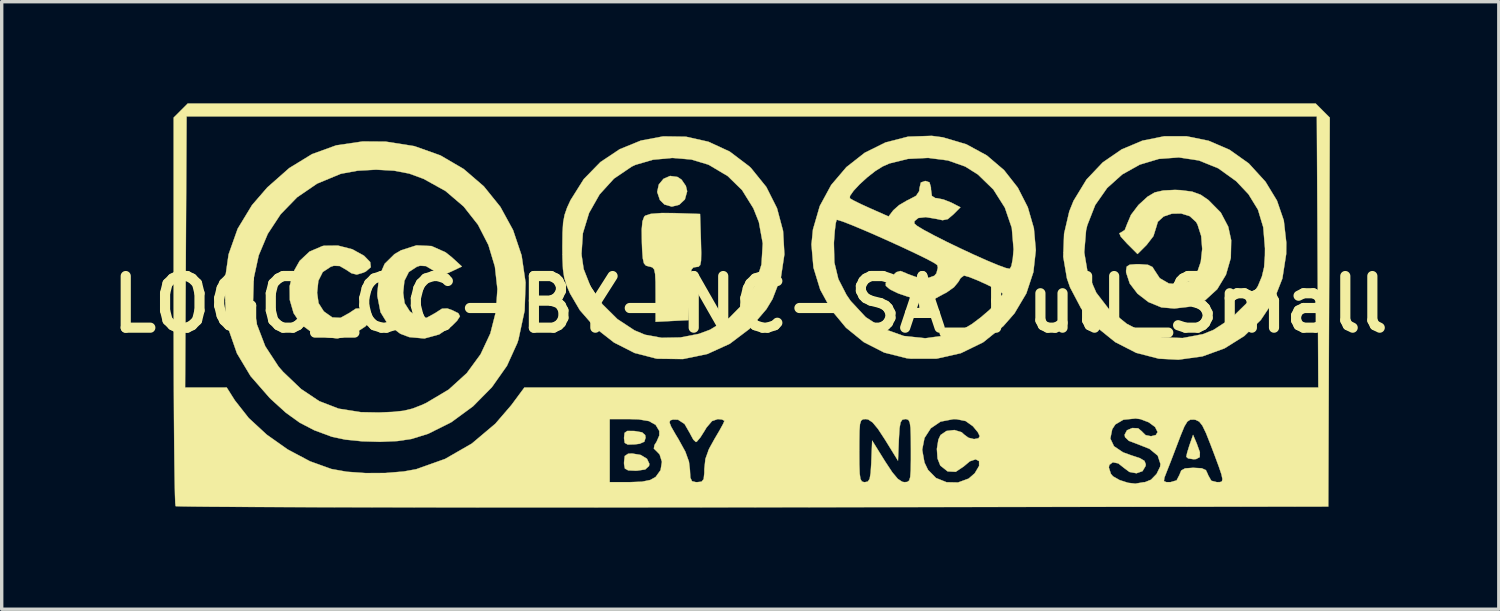
<source format=kicad_pcb>
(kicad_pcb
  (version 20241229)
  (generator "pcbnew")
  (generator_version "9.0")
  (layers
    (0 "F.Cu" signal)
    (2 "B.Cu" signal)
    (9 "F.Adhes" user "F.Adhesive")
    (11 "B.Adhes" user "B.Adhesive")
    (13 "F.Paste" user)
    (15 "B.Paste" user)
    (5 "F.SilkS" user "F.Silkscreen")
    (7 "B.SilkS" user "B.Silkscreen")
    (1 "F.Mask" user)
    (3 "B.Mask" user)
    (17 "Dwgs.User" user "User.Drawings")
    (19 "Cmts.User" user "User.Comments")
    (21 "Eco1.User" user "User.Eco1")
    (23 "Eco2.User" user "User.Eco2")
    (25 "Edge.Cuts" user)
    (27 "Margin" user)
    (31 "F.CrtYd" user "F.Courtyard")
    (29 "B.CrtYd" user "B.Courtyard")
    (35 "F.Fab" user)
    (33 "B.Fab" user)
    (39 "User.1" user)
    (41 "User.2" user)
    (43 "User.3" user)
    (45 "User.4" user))
  (footprint "LOGO_CC-BY-NC-SA_Full_Small"
    (layer "F.Cu")
    (at 19.094 5.932)
    (property "Reference" "LOGO_CC-BY-NC-SA_Full_Small" (at 0 0 0) (layer "F.SilkS") (effects (font (size 1.524 1.524) (thickness 0.3))))
    (attr through_hole board_only exclude_from_pos_files exclude_from_bom)
    (fp_poly (pts (xy 13.177 4.107) (xy 13.27 4.366) (xy 13.266 4.51) (xy 13.159 4.567) (xy 13.081 4.572) (xy 12.922 4.547) (xy 12.869 4.5) (xy 12.895 4.378) (xy 12.958 4.173) (xy 12.969 4.141) (xy 13.069 3.854) (xy 13.177 4.107)) (stroke (width 0.01) (type solid)) (fill yes) (layer "F.SilkS"))
    (fp_poly (pts (xy -2.147 -3.759) (xy -2.029 -3.68) (xy -1.901 -3.494) (xy -1.863 -3.337) (xy -1.93 -3.096) (xy -2.097 -2.939) (xy -2.315 -2.884) (xy -2.533 -2.946) (xy -2.667 -3.079) (xy -2.747 -3.316) (xy -2.7 -3.535) (xy -2.561 -3.704) (xy -2.366 -3.789) (xy -2.147 -3.759)) (stroke (width 0.01) (type solid)) (fill yes) (layer "F.SilkS"))
    (fp_poly (pts (xy -3.435 3.739) (xy -3.408 3.741) (xy -3.192 3.779) (xy -3.102 3.86) (xy -3.09 3.937) (xy -3.127 4.055) (xy -3.264 4.115) (xy -3.408 4.133) (xy -3.616 4.139) (xy -3.705 4.09) (xy -3.725 3.956) (xy -3.725 3.937) (xy -3.709 3.793) (xy -3.629 3.737) (xy -3.435 3.739)) (stroke (width 0.01) (type solid)) (fill yes) (layer "F.SilkS"))
    (fp_poly (pts (xy -3.233 4.447) (xy -3.049 4.559) (xy -2.978 4.709) (xy -2.989 4.771) (xy -3.1 4.874) (xy -3.344 4.91) (xy -3.384 4.911) (xy -3.602 4.901) (xy -3.7 4.847) (xy -3.725 4.714) (xy -3.725 4.657) (xy -3.704 4.476) (xy -3.606 4.41) (xy -3.488 4.403) (xy -3.233 4.447)) (stroke (width 0.01) (type solid)) (fill yes) (layer "F.SilkS"))
    (fp_poly (pts (xy -2.231 -2.692) (xy -1.482 -2.667) (xy -1.457 -1.884) (xy -1.448 -1.516) (xy -1.453 -1.286) (xy -1.477 -1.161) (xy -1.527 -1.11) (xy -1.602 -1.101) (xy -1.682 -1.087) (xy -1.734 -1.025) (xy -1.766 -0.883) (xy -1.784 -0.629) (xy -1.796 -0.318) (xy -1.82 0.466) (xy -2.794 0.516) (xy -2.794 -0.286) (xy -2.796 -0.659) (xy -2.808 -0.896) (xy -2.836 -1.029) (xy -2.89 -1.091) (xy -2.975 -1.115) (xy -2.985 -1.116) (xy -3.079 -1.142) (xy -3.138 -1.21) (xy -3.172 -1.357) (xy -3.191 -1.617) (xy -3.199 -1.828) (xy -3.204 -2.206) (xy -3.182 -2.448) (xy -3.131 -2.584) (xy -3.102 -2.615) (xy -2.935 -2.67) (xy -2.611 -2.695) (xy -2.231 -2.692)) (stroke (width 0.01) (type solid)) (fill yes) (layer "F.SilkS"))
    (fp_poly (pts (xy -9.409 -1.72) (xy -8.994 -1.535) (xy -8.814 -1.393) (xy -8.512 -1.117) (xy -8.817 -0.971) (xy -9.022 -0.883) (xy -9.157 -0.878) (xy -9.304 -0.961) (xy -9.371 -1.009) (xy -9.573 -1.129) (xy -9.746 -1.139) (xy -9.842 -1.109) (xy -10.078 -0.954) (xy -10.208 -0.695) (xy -10.245 -0.34) (xy -10.202 -0.035) (xy -10.056 0.195) (xy -10.037 0.216) (xy -9.795 0.388) (xy -9.554 0.399) (xy -9.285 0.25) (xy -9.279 0.245) (xy -9.099 0.129) (xy -8.943 0.122) (xy -8.802 0.171) (xy -8.618 0.262) (xy -8.569 0.352) (xy -8.653 0.483) (xy -8.784 0.614) (xy -9.181 0.888) (xy -9.618 1.008) (xy -10.068 0.967) (xy -10.328 0.868) (xy -10.687 0.601) (xy -10.913 0.231) (xy -11.005 -0.24) (xy -11.007 -0.331) (xy -10.955 -0.821) (xy -10.79 -1.197) (xy -10.501 -1.481) (xy -10.308 -1.594) (xy -9.852 -1.74) (xy -9.409 -1.72)) (stroke (width 0.01) (type solid)) (fill yes) (layer "F.SilkS"))
    (fp_poly (pts (xy -11.745 -1.625) (xy -11.399 -1.433) (xy -11.218 -1.247) (xy -11.2 -1.096) (xy -11.347 -0.969) (xy -11.423 -0.934) (xy -11.614 -0.878) (xy -11.77 -0.917) (xy -11.915 -1.013) (xy -12.117 -1.131) (xy -12.291 -1.138) (xy -12.382 -1.109) (xy -12.618 -0.954) (xy -12.748 -0.695) (xy -12.785 -0.34) (xy -12.742 -0.035) (xy -12.596 0.195) (xy -12.577 0.216) (xy -12.335 0.387) (xy -12.095 0.399) (xy -11.826 0.251) (xy -11.816 0.243) (xy -11.641 0.127) (xy -11.503 0.119) (xy -11.381 0.173) (xy -11.213 0.304) (xy -11.2 0.449) (xy -11.344 0.635) (xy -11.367 0.657) (xy -11.751 0.908) (xy -12.188 1.007) (xy -12.649 0.951) (xy -12.914 0.847) (xy -13.254 0.596) (xy -13.478 0.26) (xy -13.59 -0.128) (xy -13.595 -0.536) (xy -13.497 -0.932) (xy -13.3 -1.282) (xy -13.009 -1.556) (xy -12.628 -1.719) (xy -12.58 -1.729) (xy -12.171 -1.734) (xy -11.745 -1.625)) (stroke (width 0.01) (type solid)) (fill yes) (layer "F.SilkS"))
    (fp_poly (pts (xy 12.699 -3.37) (xy 13.042 -3.326) (xy 13.296 -3.233) (xy 13.524 -3.076) (xy 13.888 -2.707) (xy 14.107 -2.291) (xy 14.194 -1.892) (xy 14.183 -1.369) (xy 14.04 -0.874) (xy 13.782 -0.446) (xy 13.427 -0.121) (xy 13.301 -0.048) (xy 12.938 0.074) (xy 12.516 0.123) (xy 12.133 0.09) (xy 12.131 0.089) (xy 11.753 -0.066) (xy 11.431 -0.313) (xy 11.2 -0.615) (xy 11.094 -0.937) (xy 11.092 -0.995) (xy 11.111 -1.113) (xy 11.198 -1.169) (xy 11.399 -1.185) (xy 11.475 -1.185) (xy 11.737 -1.166) (xy 11.874 -1.1) (xy 11.911 -1.037) (xy 12.085 -0.772) (xy 12.351 -0.617) (xy 12.662 -0.586) (xy 12.972 -0.692) (xy 13.011 -0.718) (xy 13.186 -0.933) (xy 13.297 -1.255) (xy 13.339 -1.633) (xy 13.309 -2.016) (xy 13.201 -2.354) (xy 13.158 -2.43) (xy 12.971 -2.602) (xy 12.718 -2.681) (xy 12.446 -2.676) (xy 12.201 -2.593) (xy 12.03 -2.438) (xy 11.977 -2.261) (xy 11.899 -2.013) (xy 11.701 -1.756) (xy 11.43 -1.485) (xy 11.114 -1.801) (xy 10.936 -1.997) (xy 10.893 -2.099) (xy 10.934 -2.117) (xy 11.054 -2.194) (xy 11.12 -2.364) (xy 11.237 -2.64) (xy 11.457 -2.931) (xy 11.727 -3.178) (xy 11.937 -3.302) (xy 12.191 -3.36) (xy 12.535 -3.377) (xy 12.699 -3.37)) (stroke (width 0.01) (type solid)) (fill yes) (layer "F.SilkS"))
    (fp_poly (pts (xy 12.877 -4.96) (xy 13.526 -4.828) (xy 14.146 -4.561) (xy 14.713 -4.159) (xy 15.207 -3.618) (xy 15.207 -3.618) (xy 15.546 -3.06) (xy 15.747 -2.474) (xy 15.821 -1.819) (xy 15.817 -1.484) (xy 15.705 -0.763) (xy 15.449 -0.109) (xy 15.068 0.462) (xy 14.579 0.936) (xy 13.999 1.299) (xy 13.346 1.536) (xy 12.637 1.634) (xy 12.06 1.604) (xy 11.391 1.432) (xy 10.77 1.114) (xy 10.221 0.671) (xy 9.768 0.125) (xy 9.438 -0.502) (xy 9.347 -0.763) (xy 9.238 -1.403) (xy 9.242 -1.534) (xy 9.857 -1.534) (xy 9.962 -0.913) (xy 10.213 -0.342) (xy 10.6 0.161) (xy 11.111 0.574) (xy 11.568 0.813) (xy 12.147 0.973) (xy 12.762 0.995) (xy 13.359 0.881) (xy 13.672 0.755) (xy 14.186 0.421) (xy 14.636 -0.019) (xy 14.97 -0.515) (xy 14.989 -0.552) (xy 15.102 -0.824) (xy 15.166 -1.096) (xy 15.19 -1.437) (xy 15.192 -1.651) (xy 15.141 -2.274) (xy 14.985 -2.793) (xy 14.704 -3.251) (xy 14.341 -3.635) (xy 13.812 -4.015) (xy 13.241 -4.246) (xy 12.649 -4.336) (xy 12.059 -4.292) (xy 11.495 -4.123) (xy 10.979 -3.834) (xy 10.533 -3.434) (xy 10.181 -2.931) (xy 9.946 -2.331) (xy 9.911 -2.183) (xy 9.857 -1.534) (xy 9.242 -1.534) (xy 9.262 -2.082) (xy 9.416 -2.744) (xy 9.541 -3.054) (xy 9.924 -3.683) (xy 10.404 -4.189) (xy 10.961 -4.572) (xy 11.573 -4.83) (xy 12.219 -4.96) (xy 12.877 -4.96)) (stroke (width 0.01) (type solid)) (fill yes) (layer "F.SilkS"))
    (fp_poly (pts (xy -1.898 -4.947) (xy -1.237 -4.799) (xy -0.608 -4.509) (xy -0.033 -4.074) (xy 0.027 -4.016) (xy 0.474 -3.463) (xy 0.789 -2.837) (xy 0.968 -2.166) (xy 1.007 -1.477) (xy 0.905 -0.798) (xy 0.657 -0.157) (xy 0.477 0.142) (xy -0.018 0.721) (xy -0.606 1.165) (xy -1.268 1.466) (xy -1.986 1.615) (xy -2.742 1.605) (xy -2.779 1.6) (xy -3.414 1.436) (xy -4.022 1.127) (xy -4.571 0.698) (xy -5.03 0.172) (xy -5.319 -0.32) (xy -5.424 -0.564) (xy -5.491 -0.787) (xy -5.528 -1.039) (xy -5.543 -1.371) (xy -5.544 -1.477) (xy -4.982 -1.477) (xy -4.918 -1.042) (xy -4.707 -0.506) (xy -4.363 -0.000485) (xy -3.921 0.437) (xy -3.416 0.769) (xy -3.103 0.899) (xy -2.615 0.988) (xy -2.064 0.978) (xy -1.52 0.873) (xy -1.185 0.749) (xy -0.618 0.398) (xy -0.171 -0.056) (xy 0.149 -0.588) (xy 0.331 -1.176) (xy 0.369 -1.797) (xy 0.254 -2.427) (xy 0.092 -2.834) (xy -0.241 -3.37) (xy -0.664 -3.784) (xy -1.212 -4.11) (xy -1.25 -4.127) (xy -1.739 -4.274) (xy -2.3 -4.321) (xy -2.87 -4.268) (xy -3.386 -4.118) (xy -3.498 -4.066) (xy -4.022 -3.711) (xy -4.447 -3.245) (xy -4.758 -2.696) (xy -4.941 -2.097) (xy -4.982 -1.477) (xy -5.544 -1.477) (xy -5.546 -1.693) (xy -5.541 -2.111) (xy -5.523 -2.41) (xy -5.48 -2.64) (xy -5.406 -2.854) (xy -5.305 -3.073) (xy -4.914 -3.695) (xy -4.423 -4.198) (xy -3.854 -4.578) (xy -3.228 -4.833) (xy -2.569 -4.957) (xy -1.898 -4.947)) (stroke (width 0.01) (type solid)) (fill yes) (layer "F.SilkS"))
    (fp_poly (pts (xy -10.76 -4.802) (xy -9.916 -4.669) (xy -9.145 -4.395) (xy -8.459 -3.994) (xy -7.865 -3.483) (xy -7.376 -2.877) (xy -7.001 -2.191) (xy -6.749 -1.442) (xy -6.632 -0.643) (xy -6.66 0.188) (xy -6.842 1.037) (xy -6.874 1.138) (xy -7.181 1.814) (xy -7.627 2.447) (xy -8.183 3.01) (xy -8.82 3.477) (xy -9.508 3.821) (xy -10 3.974) (xy -10.419 4.036) (xy -10.925 4.058) (xy -11.456 4.043) (xy -11.95 3.993) (xy -12.344 3.91) (xy -12.361 3.904) (xy -12.869 3.716) (xy -13.298 3.493) (xy -13.704 3.201) (xy -14.141 2.805) (xy -14.186 2.761) (xy -14.749 2.117) (xy -15.151 1.446) (xy -15.4 0.731) (xy -15.484 0.247) (xy -15.495 -0.091) (xy -14.675 -0.091) (xy -14.564 0.587) (xy -14.315 1.238) (xy -13.921 1.84) (xy -13.789 1.992) (xy -13.257 2.5) (xy -12.722 2.858) (xy -12.146 3.08) (xy -11.492 3.183) (xy -10.964 3.193) (xy -10.544 3.175) (xy -10.234 3.142) (xy -9.977 3.08) (xy -9.714 2.979) (xy -9.562 2.91) (xy -8.902 2.517) (xy -8.368 2.032) (xy -7.959 1.474) (xy -7.672 0.861) (xy -7.507 0.213) (xy -7.463 -0.451) (xy -7.537 -1.112) (xy -7.729 -1.751) (xy -8.036 -2.349) (xy -8.458 -2.886) (xy -8.994 -3.344) (xy -9.641 -3.703) (xy -10.065 -3.859) (xy -10.514 -3.945) (xy -11.046 -3.974) (xy -11.588 -3.944) (xy -12.064 -3.857) (xy -12.1 -3.847) (xy -12.784 -3.563) (xy -13.374 -3.16) (xy -13.861 -2.659) (xy -14.241 -2.081) (xy -14.508 -1.446) (xy -14.654 -0.776) (xy -14.675 -0.091) (xy -15.495 -0.091) (xy -15.515 -0.653) (xy -15.397 -1.475) (xy -15.129 -2.231) (xy -14.705 -2.929) (xy -14.255 -3.449) (xy -13.606 -4.022) (xy -12.934 -4.433) (xy -12.22 -4.692) (xy -11.439 -4.807) (xy -10.76 -4.802)) (stroke (width 0.01) (type solid)) (fill yes) (layer "F.SilkS"))
    (fp_poly (pts (xy 5.682 -4.929) (xy 6.377 -4.723) (xy 6.982 -4.394) (xy 7.49 -3.961) (xy 7.896 -3.444) (xy 8.191 -2.865) (xy 8.371 -2.243) (xy 8.428 -1.599) (xy 8.356 -0.952) (xy 8.148 -0.323) (xy 7.798 0.267) (xy 7.468 0.644) (xy 6.872 1.122) (xy 6.215 1.442) (xy 5.502 1.603) (xy 4.734 1.604) (xy 4.617 1.591) (xy 3.954 1.424) (xy 3.351 1.116) (xy 2.825 0.689) (xy 2.391 0.165) (xy 2.065 -0.433) (xy 1.865 -1.084) (xy 1.806 -1.764) (xy 1.811 -1.809) (xy 2.468 -1.809) (xy 2.482 -1.235) (xy 2.6 -0.745) (xy 2.84 -0.278) (xy 2.962 -0.1) (xy 3.407 0.378) (xy 3.94 0.725) (xy 4.534 0.935) (xy 5.161 1.001) (xy 5.795 0.915) (xy 6.295 0.729) (xy 6.539 0.584) (xy 6.808 0.382) (xy 7.069 0.157) (xy 7.285 -0.06) (xy 7.42 -0.236) (xy 7.448 -0.316) (xy 7.376 -0.377) (xy 7.195 -0.479) (xy 6.95 -0.599) (xy 6.691 -0.715) (xy 6.465 -0.805) (xy 6.319 -0.847) (xy 6.307 -0.848) (xy 6.211 -0.778) (xy 6.137 -0.656) (xy 6.012 -0.505) (xy 5.794 -0.35) (xy 5.694 -0.299) (xy 5.465 -0.174) (xy 5.359 -0.05) (xy 5.334 0.104) (xy 5.302 0.281) (xy 5.188 0.338) (xy 5.165 0.339) (xy 5.037 0.295) (xy 4.996 0.137) (xy 4.995 0.102) (xy 4.974 -0.053) (xy 4.879 -0.148) (xy 4.666 -0.223) (xy 4.636 -0.231) (xy 4.369 -0.322) (xy 4.149 -0.428) (xy 4.106 -0.456) (xy 4.002 -0.546) (xy 3.998 -0.626) (xy 4.103 -0.751) (xy 4.159 -0.808) (xy 4.314 -0.95) (xy 4.432 -0.984) (xy 4.592 -0.922) (xy 4.641 -0.897) (xy 4.946 -0.787) (xy 5.226 -0.769) (xy 5.433 -0.843) (xy 5.494 -0.915) (xy 5.537 -1.081) (xy 5.519 -1.159) (xy 5.425 -1.224) (xy 5.21 -1.339) (xy 4.9 -1.491) (xy 4.527 -1.667) (xy 4.118 -1.854) (xy 3.704 -2.039) (xy 3.313 -2.208) (xy 2.974 -2.349) (xy 2.717 -2.448) (xy 2.57 -2.493) (xy 2.549 -2.492) (xy 2.521 -2.39) (xy 2.494 -2.164) (xy 2.471 -1.86) (xy 2.468 -1.809) (xy 1.811 -1.809) (xy 1.85 -2.207) (xy 2.052 -2.902) (xy 2.176 -3.13) (xy 2.939 -3.13) (xy 3.045 -3.067) (xy 3.261 -2.96) (xy 3.54 -2.833) (xy 3.544 -2.831) (xy 4.082 -2.593) (xy 4.221 -2.775) (xy 4.392 -2.927) (xy 4.632 -3.068) (xy 4.678 -3.088) (xy 4.896 -3.205) (xy 4.986 -3.341) (xy 4.995 -3.43) (xy 5.035 -3.596) (xy 5.165 -3.641) (xy 5.289 -3.601) (xy 5.332 -3.452) (xy 5.334 -3.387) (xy 5.36 -3.201) (xy 5.459 -3.136) (xy 5.508 -3.133) (xy 5.702 -3.094) (xy 5.934 -3.002) (xy 5.942 -2.998) (xy 6.203 -2.863) (xy 5.992 -2.652) (xy 5.83 -2.515) (xy 5.676 -2.483) (xy 5.475 -2.525) (xy 5.179 -2.574) (xy 4.959 -2.548) (xy 4.847 -2.455) (xy 4.843 -2.386) (xy 4.924 -2.315) (xy 5.13 -2.191) (xy 5.431 -2.03) (xy 5.797 -1.845) (xy 6.198 -1.652) (xy 6.603 -1.463) (xy 6.982 -1.294) (xy 7.305 -1.159) (xy 7.542 -1.072) (xy 7.661 -1.048) (xy 7.662 -1.049) (xy 7.709 -1.138) (xy 7.749 -1.351) (xy 7.772 -1.624) (xy 7.719 -2.256) (xy 7.514 -2.854) (xy 7.175 -3.389) (xy 6.72 -3.831) (xy 6.345 -4.067) (xy 5.834 -4.247) (xy 5.251 -4.322) (xy 4.656 -4.293) (xy 4.11 -4.159) (xy 3.909 -4.071) (xy 3.691 -3.935) (xy 3.454 -3.749) (xy 3.228 -3.543) (xy 3.048 -3.35) (xy 2.943 -3.2) (xy 2.939 -3.13) (xy 2.176 -3.13) (xy 2.388 -3.521) (xy 2.837 -4.049) (xy 3.378 -4.473) (xy 3.993 -4.778) (xy 4.659 -4.949) (xy 5.357 -4.972) (xy 5.682 -4.929)) (stroke (width 0.01) (type solid)) (fill yes) (layer "F.SilkS"))
    (fp_poly (pts (xy 16.895 -5.718) (xy 17.104 -5.51) (xy 17.082 0.23) (xy 17.06 5.969) (xy 0.078 5.99) (xy -1.606 5.992) (xy -3.244 5.993) (xy -4.83 5.994) (xy -6.354 5.994) (xy -7.808 5.994) (xy -9.186 5.993) (xy -10.478 5.991) (xy -11.677 5.989) (xy -12.774 5.987) (xy -13.762 5.984) (xy -14.633 5.981) (xy -15.378 5.977) (xy -15.989 5.973) (xy -16.459 5.968) (xy -16.779 5.963) (xy -16.942 5.958) (xy -16.961 5.955) (xy -16.971 5.863) (xy -16.98 5.615) (xy -16.988 5.227) (xy -16.996 4.71) (xy -17.003 4.081) (xy -17.009 3.352) (xy -17.013 2.538) (xy -17.013 2.455) (xy -16.681 2.455) (xy -16.066 2.455) (xy -15.452 2.456) (xy -15.212 2.836) (xy -14.804 3.355) (xy -14.27 3.848) (xy -13.652 4.284) (xy -12.993 4.634) (xy -12.361 4.861) (xy -11.906 4.942) (xy -11.354 4.981) (xy -10.773 4.979) (xy -10.23 4.934) (xy -9.86 4.867) (xy -9.006 4.563) (xy -8.22 4.111) (xy -7.525 3.525) (xy -7.406 3.387) (xy -4.149 3.387) (xy -4.149 5.249) (xy -3.565 5.249) (xy -3.198 5.235) (xy -2.952 5.185) (xy -2.793 5.096) (xy -2.647 4.894) (xy -2.607 4.649) (xy -2.675 4.43) (xy -2.75 4.351) (xy -2.846 4.257) (xy -2.826 4.151) (xy -2.767 4.06) (xy -2.685 3.872) (xy -2.685 3.737) (xy -2.793 3.557) (xy -2.922 3.484) (xy -2.385 3.484) (xy -2.337 3.608) (xy -2.211 3.829) (xy -2.12 3.979) (xy -1.917 4.348) (xy -1.81 4.644) (xy -1.781 4.889) (xy -1.769 5.116) (xy -1.719 5.221) (xy -1.604 5.249) (xy -1.566 5.249) (xy -1.437 5.234) (xy -1.375 5.158) (xy -1.356 4.977) (xy -1.355 4.858) (xy -1.324 4.563) (xy -1.236 4.318) (xy 3.217 4.318) (xy 3.219 4.726) (xy 3.229 4.994) (xy 3.251 5.15) (xy 3.292 5.226) (xy 3.355 5.248) (xy 3.383 5.249) (xy 3.47 5.231) (xy 3.523 5.153) (xy 3.553 4.979) (xy 3.572 4.675) (xy 3.573 4.636) (xy 3.598 4.022) (xy 3.979 4.635) (xy 4.192 4.958) (xy 4.354 5.151) (xy 4.486 5.238) (xy 4.551 5.249) (xy 4.634 5.242) (xy 4.689 5.202) (xy 4.721 5.098) (xy 4.736 4.902) (xy 4.741 4.584) (xy 4.741 4.318) (xy 4.741 4.292) (xy 5.074 4.292) (xy 5.141 4.668) (xy 5.246 4.886) (xy 5.482 5.126) (xy 5.794 5.251) (xy 6.132 5.258) (xy 6.446 5.143) (xy 6.625 4.987) (xy 6.727 4.816) (xy 10.583 4.816) (xy 10.644 5.004) (xy 10.705 5.076) (xy 10.902 5.188) (xy 11.151 5.268) (xy 11.366 5.293) (xy 11.416 5.284) (xy 11.608 5.251) (xy 11.649 5.249) (xy 11.727 5.218) (xy 12.209 5.218) (xy 12.28 5.248) (xy 12.402 5.249) (xy 12.583 5.196) (xy 12.665 5.038) (xy 12.721 4.904) (xy 12.833 4.842) (xy 13.055 4.826) (xy 13.089 4.826) (xy 13.326 4.839) (xy 13.448 4.894) (xy 13.507 5.019) (xy 13.512 5.038) (xy 13.607 5.207) (xy 13.773 5.249) (xy 13.865 5.247) (xy 13.921 5.226) (xy 13.936 5.159) (xy 13.908 5.023) (xy 13.831 4.794) (xy 13.702 4.446) (xy 13.589 4.149) (xy 13.451 3.8) (xy 13.345 3.581) (xy 13.251 3.462) (xy 13.148 3.411) (xy 13.102 3.403) (xy 12.988 3.404) (xy 12.9 3.461) (xy 12.813 3.604) (xy 12.705 3.865) (xy 12.655 3.996) (xy 12.525 4.338) (xy 12.403 4.657) (xy 12.312 4.888) (xy 12.307 4.9) (xy 12.223 5.116) (xy 12.209 5.218) (xy 11.727 5.218) (xy 11.826 5.178) (xy 11.993 5.006) (xy 12.096 4.795) (xy 12.107 4.712) (xy 12.026 4.465) (xy 11.783 4.265) (xy 11.421 4.122) (xy 11.173 4.028) (xy 11.062 3.92) (xy 11.049 3.849) (xy 11.118 3.718) (xy 11.275 3.651) (xy 11.448 3.659) (xy 11.564 3.755) (xy 11.567 3.762) (xy 11.669 3.861) (xy 11.828 3.893) (xy 11.969 3.859) (xy 12.023 3.77) (xy 11.948 3.62) (xy 11.761 3.482) (xy 11.518 3.389) (xy 11.373 3.369) (xy 11.012 3.406) (xy 10.775 3.545) (xy 10.683 3.685) (xy 10.627 3.961) (xy 10.735 4.189) (xy 11.005 4.37) (xy 11.238 4.454) (xy 11.501 4.541) (xy 11.634 4.62) (xy 11.672 4.718) (xy 11.668 4.77) (xy 11.577 4.924) (xy 11.399 4.986) (xy 11.192 4.948) (xy 11.034 4.831) (xy 10.861 4.694) (xy 10.7 4.662) (xy 10.598 4.739) (xy 10.583 4.816) (xy 6.727 4.816) (xy 6.754 4.77) (xy 6.753 4.627) (xy 6.652 4.575) (xy 6.481 4.633) (xy 6.295 4.789) (xy 6.064 4.943) (xy 5.826 4.931) (xy 5.609 4.759) (xy 5.527 4.55) (xy 5.508 4.267) (xy 5.552 3.994) (xy 5.616 3.858) (xy 5.791 3.738) (xy 6.025 3.71) (xy 6.238 3.775) (xy 6.31 3.842) (xy 6.44 3.938) (xy 6.605 3.978) (xy 6.737 3.953) (xy 6.773 3.891) (xy 6.718 3.776) (xy 6.584 3.613) (xy 6.566 3.594) (xy 6.355 3.444) (xy 6.085 3.39) (xy 5.994 3.389) (xy 5.617 3.462) (xy 5.328 3.658) (xy 5.142 3.945) (xy 5.074 4.292) (xy 4.741 4.292) (xy 4.739 3.91) (xy 4.73 3.642) (xy 4.707 3.486) (xy 4.667 3.41) (xy 4.603 3.388) (xy 4.576 3.387) (xy 4.489 3.405) (xy 4.436 3.483) (xy 4.405 3.657) (xy 4.387 3.961) (xy 4.385 4) (xy 4.36 4.614) (xy 3.981 4) (xy 3.771 3.679) (xy 3.612 3.487) (xy 3.481 3.399) (xy 3.41 3.387) (xy 3.326 3.393) (xy 3.271 3.433) (xy 3.238 3.536) (xy 3.223 3.731) (xy 3.218 4.047) (xy 3.217 4.318) (xy -1.236 4.318) (xy -1.217 4.267) (xy -1.058 3.979) (xy -0.909 3.726) (xy -0.802 3.531) (xy -0.762 3.439) (xy -0.834 3.399) (xy -0.958 3.387) (xy -1.128 3.445) (xy -1.292 3.637) (xy -1.344 3.725) (xy -1.472 3.927) (xy -1.575 4.049) (xy -1.604 4.064) (xy -1.68 3.994) (xy -1.772 3.825) (xy -1.777 3.813) (xy -1.939 3.531) (xy -2.132 3.405) (xy -2.282 3.401) (xy -2.363 3.425) (xy -2.385 3.484) (xy -2.922 3.484) (xy -2.987 3.447) (xy -3.296 3.395) (xy -3.572 3.387) (xy -4.149 3.387) (xy -7.406 3.387) (xy -7.051 2.974) (xy -6.666 2.455) (xy 16.766 2.455) (xy 16.722 -5.546) (xy -16.637 -5.546) (xy -16.681 2.455) (xy -17.013 2.455) (xy -17.016 1.652) (xy -17.018 0.709) (xy -17.018 0.194) (xy -17.018 -5.511) (xy -16.602 -5.927) (xy 16.687 -5.927) (xy 16.895 -5.718)) (stroke (width 0.01) (type solid)) (fill yes) (layer "F.SilkS")))
  (gr_rect
    (start -3 -3)
    (end 41.187 14.931)
    (stroke (width 0.1) (type default))
    (fill no)
    (layer "Edge.Cuts")))
</source>
